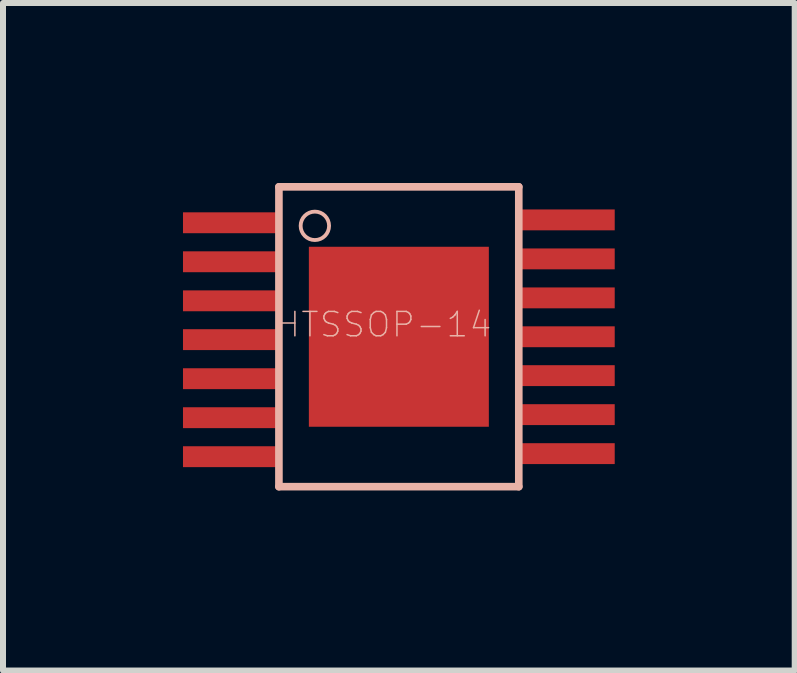
<source format=kicad_pcb>
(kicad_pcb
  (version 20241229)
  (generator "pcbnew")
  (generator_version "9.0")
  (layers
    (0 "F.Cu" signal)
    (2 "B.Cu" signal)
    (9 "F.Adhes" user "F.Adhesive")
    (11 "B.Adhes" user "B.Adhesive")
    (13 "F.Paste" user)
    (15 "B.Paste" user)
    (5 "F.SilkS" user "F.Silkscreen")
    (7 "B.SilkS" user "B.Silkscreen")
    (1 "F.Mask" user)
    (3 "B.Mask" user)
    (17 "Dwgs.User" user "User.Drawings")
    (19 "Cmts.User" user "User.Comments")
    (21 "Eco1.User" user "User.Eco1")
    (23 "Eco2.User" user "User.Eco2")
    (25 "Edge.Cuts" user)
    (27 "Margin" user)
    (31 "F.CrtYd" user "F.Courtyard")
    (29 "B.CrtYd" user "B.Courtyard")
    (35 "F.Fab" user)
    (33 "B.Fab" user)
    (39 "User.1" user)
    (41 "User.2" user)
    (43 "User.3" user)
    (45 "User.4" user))
  (footprint "HTSSOP-14"
    (layer "F.Cu")
    (at 3.598 2.563)
    (property "Reference" "HTSSOP-14" (at -0.254 -0.203 0) (layer "B.SilkS") (effects (font (size 0.406 0.406) (thickness 0.025))))
    (attr smd)
    (fp_line (start -1.999 -2.499) (end -1.999 2.499) (stroke (width 0.127) (type solid)) (layer "B.SilkS"))
    (fp_line (start -1.999 2.499) (end 1.999 2.499) (stroke (width 0.127) (type solid)) (layer "B.SilkS"))
    (fp_line (start 1.999 -2.499) (end -1.999 -2.499) (stroke (width 0.127) (type solid)) (layer "B.SilkS"))
    (fp_line (start 1.999 2.499) (end 1.999 -2.499) (stroke (width 0.127) (type solid)) (layer "B.SilkS"))
    (fp_circle (center -1.4 -1.849) (end -1.567 -2.017) (stroke (width 0.064) (type solid)) (fill no) (layer "B.SilkS"))
    (pad "1" smd rect (at -2.799 -1.9) (size 1.598 0.348) (layers "F.Cu" "F.Mask" "F.Paste"))
    (pad "2" smd rect (at -2.799 -1.25) (size 1.598 0.348) (layers "F.Cu" "F.Mask" "F.Paste"))
    (pad "3" smd rect (at -2.799 -0.599) (size 1.598 0.348) (layers "F.Cu" "F.Mask" "F.Paste"))
    (pad "4" smd rect (at -2.799 0.048) (size 1.598 0.348) (layers "F.Cu" "F.Mask" "F.Paste"))
    (pad "5" smd rect (at -2.799 0.699) (size 1.598 0.348) (layers "F.Cu" "F.Mask" "F.Paste"))
    (pad "6" smd rect (at -2.799 1.349) (size 1.598 0.348) (layers "F.Cu" "F.Mask" "F.Paste"))
    (pad "7" smd rect (at -2.799 1.999) (size 1.598 0.348) (layers "F.Cu" "F.Mask" "F.Paste"))
    (pad "8" smd rect (at 2.799 1.948) (size 1.598 0.348) (layers "F.Cu" "F.Mask" "F.Paste"))
    (pad "9" smd rect (at 2.799 1.298) (size 1.598 0.348) (layers "F.Cu" "F.Mask" "F.Paste"))
    (pad "10" smd rect (at 2.799 0.648) (size 1.598 0.348) (layers "F.Cu" "F.Mask" "F.Paste"))
    (pad "11" smd rect (at 2.799 0) (size 1.598 0.348) (layers "F.Cu" "F.Mask" "F.Paste"))
    (pad "12" smd rect (at 2.799 -0.648) (size 1.598 0.348) (layers "F.Cu" "F.Mask" "F.Paste"))
    (pad "13" smd rect (at 2.799 -1.298) (size 1.598 0.348) (layers "F.Cu" "F.Mask" "F.Paste"))
    (pad "14" smd rect (at 2.799 -1.948) (size 1.598 0.348) (layers "F.Cu" "F.Mask" "F.Paste"))
    (pad "15" smd rect (at 0 0) (size 3 3) (layers "F.Cu" "F.Mask" "F.Paste")))
  (gr_rect
    (start -3 -3)
    (end 10.196 8.126)
    (stroke (width 0.1) (type default))
    (fill no)
    (layer "Edge.Cuts")))
</source>
